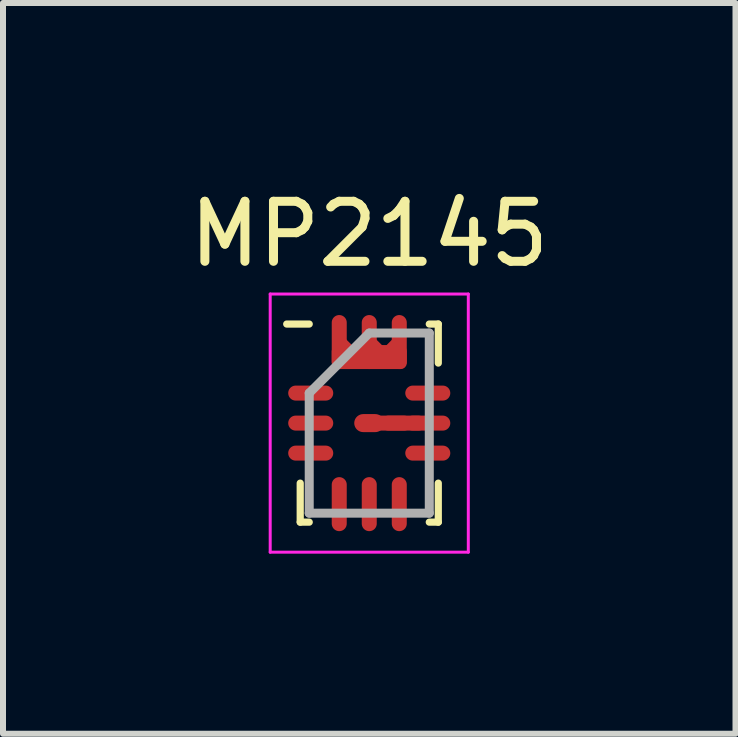
<source format=kicad_pcb>
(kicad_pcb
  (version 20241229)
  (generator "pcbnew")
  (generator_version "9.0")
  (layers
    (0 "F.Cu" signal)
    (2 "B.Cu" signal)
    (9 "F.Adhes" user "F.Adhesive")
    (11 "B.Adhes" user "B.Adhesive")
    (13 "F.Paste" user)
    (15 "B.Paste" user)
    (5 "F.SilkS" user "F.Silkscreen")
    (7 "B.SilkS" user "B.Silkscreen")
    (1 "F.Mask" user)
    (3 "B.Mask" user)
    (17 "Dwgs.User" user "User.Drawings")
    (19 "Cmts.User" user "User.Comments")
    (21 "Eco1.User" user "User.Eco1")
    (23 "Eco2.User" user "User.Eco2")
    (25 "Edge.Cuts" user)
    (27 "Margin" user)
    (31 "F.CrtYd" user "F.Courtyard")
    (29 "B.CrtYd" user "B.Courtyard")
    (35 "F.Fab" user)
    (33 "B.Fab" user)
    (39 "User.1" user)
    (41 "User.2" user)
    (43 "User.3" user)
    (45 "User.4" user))
  (footprint "MP2145"
    (layer "F.Cu")
    (at 3.101 3.998)
    (property "Reference" "MP2145" (at 0 -3.15 0) (layer "F.SilkS") (effects (font (size 1 1) (thickness 0.15))))
    (attr smd)
    (fp_line (start -1.15 1.65) (end -1.15 1) (stroke (width 0.12) (type solid)) (layer "F.SilkS"))
    (fp_line (start -1 -1.65) (end -1.375 -1.65) (stroke (width 0.12) (type solid)) (layer "F.SilkS"))
    (fp_line (start -1 1.65) (end -1.15 1.65) (stroke (width 0.12) (type solid)) (layer "F.SilkS"))
    (fp_line (start 1 -1.65) (end 1.15 -1.65) (stroke (width 0.12) (type solid)) (layer "F.SilkS"))
    (fp_line (start 1 1.65) (end 1.15 1.65) (stroke (width 0.12) (type solid)) (layer "F.SilkS"))
    (fp_line (start 1.15 -1.65) (end 1.15 -1) (stroke (width 0.12) (type solid)) (layer "F.SilkS"))
    (fp_line (start 1.15 1.65) (end 1.15 1) (stroke (width 0.12) (type solid)) (layer "F.SilkS"))
    (fp_line (start -1.65 -2.15) (end 1.65 -2.15) (stroke (width 0.05) (type solid)) (layer "F.CrtYd"))
    (fp_line (start -1.65 2.15) (end -1.65 -2.15) (stroke (width 0.05) (type solid)) (layer "F.CrtYd"))
    (fp_line (start 1.65 -2.15) (end 1.65 2.15) (stroke (width 0.05) (type solid)) (layer "F.CrtYd"))
    (fp_line (start 1.65 2.15) (end -1.65 2.15) (stroke (width 0.05) (type solid)) (layer "F.CrtYd"))
    (fp_line (start -1 -0.5) (end -1 1.5) (stroke (width 0.15) (type solid)) (layer "F.Fab"))
    (fp_line (start -1 1.5) (end 1 1.5) (stroke (width 0.15) (type solid)) (layer "F.Fab"))
    (fp_line (start 0 -1.5) (end -1 -0.5) (stroke (width 0.15) (type solid)) (layer "F.Fab"))
    (fp_line (start 1 -1.5) (end 0 -1.5) (stroke (width 0.15) (type solid)) (layer "F.Fab"))
    (fp_line (start 1 1.5) (end 1 -1.5) (stroke (width 0.15) (type solid)) (layer "F.Fab"))
    (pad "1" smd oval (at -0.975 -0.5 90) (size 0.25 0.75) (layers "F.Cu" "F.Mask" "F.Paste"))
    (pad "2" smd oval (at -0.975 0 90) (size 0.25 0.75) (layers "F.Cu" "F.Mask" "F.Paste"))
    (pad "3" smd oval (at -0.975 0.5 90) (size 0.25 0.75) (layers "F.Cu" "F.Mask" "F.Paste"))
    (pad "4" smd oval (at -0.5 1.35) (size 0.25 0.9) (layers "F.Cu" "F.Mask" "F.Paste"))
    (pad "5" smd oval (at 0 1.35) (size 0.25 0.9) (layers "F.Cu" "F.Mask" "F.Paste"))
    (pad "6" smd oval (at 0.5 1.35) (size 0.25 0.9) (layers "F.Cu" "F.Mask" "F.Paste"))
    (pad "7" smd oval (at 0.975 0.5 90) (size 0.25 0.75) (layers "F.Cu" "F.Mask" "F.Paste"))
    (pad "8" smd oval (at 0 0 90) (size 0.3 0.5) (layers "F.Cu" "F.Mask" "F.Paste"))
    (pad "8" smd oval (at 0.33 0 90) (size 0.25 0.75) (layers "F.Cu" "F.Mask" "F.Paste"))
    (pad "8" smd oval (at 0.57 0 90) (size 0.25 0.75) (layers "F.Cu" "F.Mask" "F.Paste"))
    (pad "8" smd oval (at 0.975 0 90) (size 0.25 0.75) (layers "F.Cu" "F.Mask" "F.Paste"))
    (pad "9" smd oval (at 0.975 -0.5 90) (size 0.25 0.75) (layers "F.Cu" "F.Mask" "F.Paste"))
    (pad "10" smd trapezoid (at -0.37 -1.31 225) (size 0.1 0.3) (layers "F.Cu" "F.Mask" "F.Paste"))
    (pad "10" smd trapezoid (at -0.13 -1.31 315) (size 0.1 0.3) (layers "F.Cu" "F.Mask" "F.Paste"))
    (pad "10" smd roundrect (at 0 -1.1) (size 1.25 0.4) (layers "F.Cu" "F.Mask" "F.Paste") (roundrect_rratio 0.25))
    (pad "10" smd trapezoid (at 0.13 -1.31 225) (size 0.1 0.3) (layers "F.Cu" "F.Mask" "F.Paste"))
    (pad "10" smd trapezoid (at 0.38 -1.32 135) (size 0.1 0.3) (layers "F.Cu" "F.Mask" "F.Paste"))
    (pad "10" smd oval (at 0.5 -1.35) (size 0.25 0.9) (layers "F.Cu" "F.Mask" "F.Paste"))
    (pad "11" smd oval (at 0 -1.35) (size 0.25 0.9) (layers "F.Cu" "F.Mask" "F.Paste"))
    (pad "12" smd oval (at -0.5 -1.35) (size 0.25 0.9) (layers "F.Cu" "F.Mask" "F.Paste")))
  (gr_rect
    (start -3 -3)
    (end 9.202 9.173)
    (stroke (width 0.1) (type default))
    (fill no)
    (layer "Edge.Cuts")))
</source>
